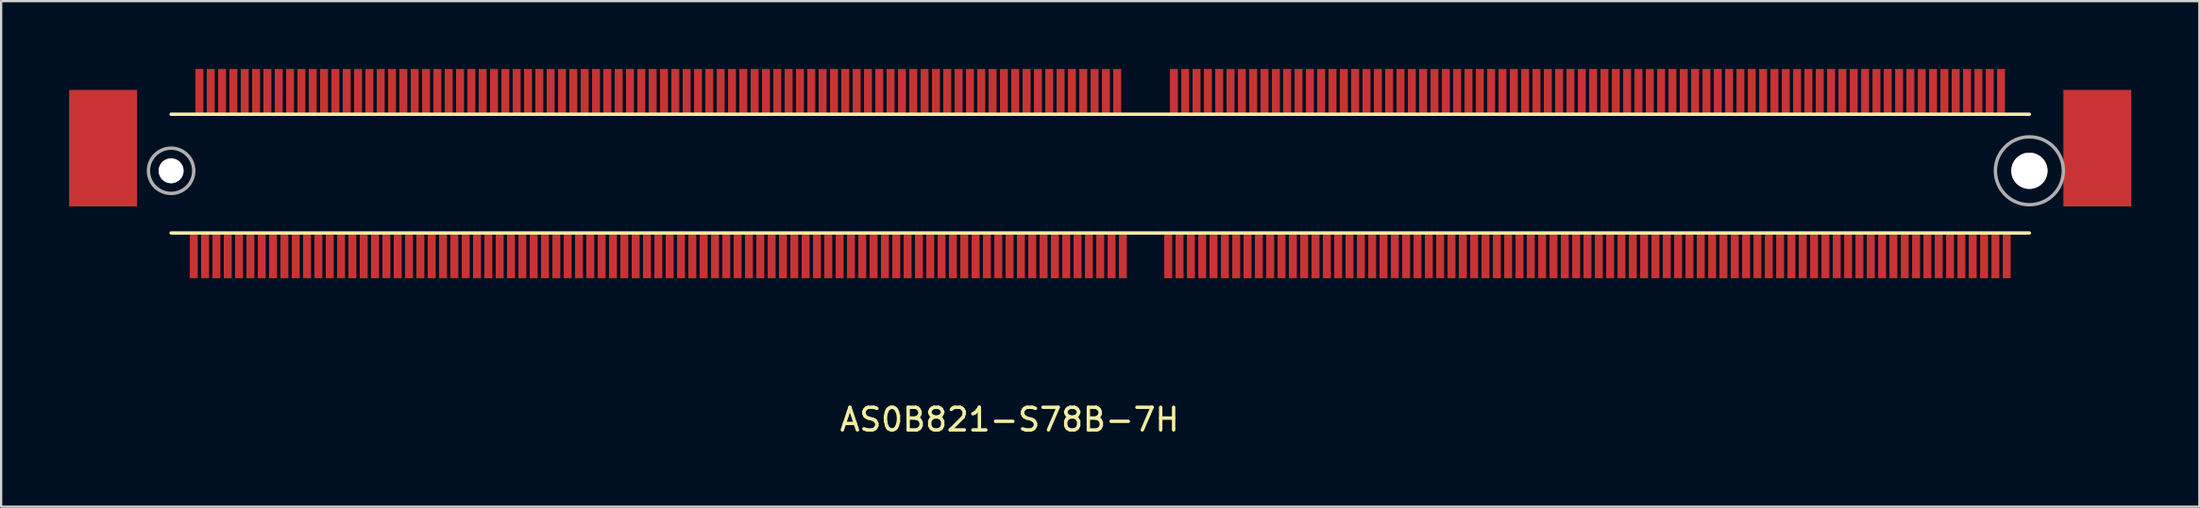
<source format=kicad_pcb>
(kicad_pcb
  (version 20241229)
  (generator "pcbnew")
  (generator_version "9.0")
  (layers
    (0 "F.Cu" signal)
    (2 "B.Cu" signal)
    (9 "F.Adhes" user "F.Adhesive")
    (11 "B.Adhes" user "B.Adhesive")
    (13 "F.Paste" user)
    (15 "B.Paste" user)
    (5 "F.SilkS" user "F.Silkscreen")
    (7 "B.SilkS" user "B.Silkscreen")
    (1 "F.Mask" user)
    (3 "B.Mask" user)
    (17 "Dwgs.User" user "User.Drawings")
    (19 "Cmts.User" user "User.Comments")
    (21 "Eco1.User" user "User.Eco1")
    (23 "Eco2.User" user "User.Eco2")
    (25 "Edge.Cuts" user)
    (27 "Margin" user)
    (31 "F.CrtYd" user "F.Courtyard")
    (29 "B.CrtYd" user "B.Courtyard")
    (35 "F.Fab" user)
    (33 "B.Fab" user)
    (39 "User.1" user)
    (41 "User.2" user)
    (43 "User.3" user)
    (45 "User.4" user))
  (footprint "AS0B821-S78B-7H"
    (layer "F.Cu")
    (at 86.5 4.5)
    (property "Reference" "AS0B821-S78B-7H" (at -45 11 0) (layer "F.SilkS") (effects (font (size 1 1) (thickness 0.15))))
    (attr through_hole)
    (fp_line (start -82 -2.5) (end 0 -2.5) (stroke (width 0.15) (type solid)) (layer "F.SilkS"))
    (fp_line (start 0 2.75) (end -82 2.75) (stroke (width 0.15) (type solid)) (layer "F.SilkS"))
    (fp_circle (center -82 0) (end -82 -1) (stroke (width 0.15) (type solid)) (fill no) (layer "F.Fab"))
    (fp_circle (center 0 0) (end 0 -1.5) (stroke (width 0.15) (type solid)) (fill no) (layer "F.Fab"))
    (pad "1" smd rect (at -71 3.75) (size 0.35 2) (layers "F.Cu" "F.Mask" "F.Paste"))
    (pad "1E1" smd rect (at -81 3.75) (size 0.35 2) (layers "F.Cu" "F.Mask" "F.Paste"))
    (pad "1E2" smd rect (at -80.5 3.75) (size 0.35 2) (layers "F.Cu" "F.Mask" "F.Paste"))
    (pad "1E3" smd rect (at -80 3.75) (size 0.35 2) (layers "F.Cu" "F.Mask" "F.Paste"))
    (pad "1E4" smd rect (at -79.5 3.75) (size 0.35 2) (layers "F.Cu" "F.Mask" "F.Paste"))
    (pad "1E5" smd rect (at -79 3.75) (size 0.35 2) (layers "F.Cu" "F.Mask" "F.Paste"))
    (pad "1E6" smd rect (at -78.5 3.75) (size 0.35 2) (layers "F.Cu" "F.Mask" "F.Paste"))
    (pad "1E7" smd rect (at -78 3.75) (size 0.35 2) (layers "F.Cu" "F.Mask" "F.Paste"))
    (pad "1E8" smd rect (at -77.5 3.75) (size 0.35 2) (layers "F.Cu" "F.Mask" "F.Paste"))
    (pad "1E9" smd rect (at -77 3.75) (size 0.35 2) (layers "F.Cu" "F.Mask" "F.Paste"))
    (pad "1E10" smd rect (at -76.5 3.75) (size 0.35 2) (layers "F.Cu" "F.Mask" "F.Paste"))
    (pad "2" smd rect (at -70.75 -3.5) (size 0.35 2) (layers "F.Cu" "F.Mask" "F.Paste"))
    (pad "2E1" smd rect (at -80.75 -3.5) (size 0.35 2) (layers "F.Cu" "F.Mask" "F.Paste"))
    (pad "2E2" smd rect (at -80.25 -3.5) (size 0.35 2) (layers "F.Cu" "F.Mask" "F.Paste"))
    (pad "2E3" smd rect (at -79.75 -3.5) (size 0.35 2) (layers "F.Cu" "F.Mask" "F.Paste"))
    (pad "2E4" smd rect (at -79.25 -3.5) (size 0.35 2) (layers "F.Cu" "F.Mask" "F.Paste"))
    (pad "2E5" smd rect (at -78.75 -3.5) (size 0.35 2) (layers "F.Cu" "F.Mask" "F.Paste"))
    (pad "2E6" smd rect (at -78.25 -3.5) (size 0.35 2) (layers "F.Cu" "F.Mask" "F.Paste"))
    (pad "2E7" smd rect (at -77.75 -3.5) (size 0.35 2) (layers "F.Cu" "F.Mask" "F.Paste"))
    (pad "2E8" smd rect (at -77.25 -3.5) (size 0.35 2) (layers "F.Cu" "F.Mask" "F.Paste"))
    (pad "2E9" smd rect (at -76.75 -3.5) (size 0.35 2) (layers "F.Cu" "F.Mask" "F.Paste"))
    (pad "2E10" smd rect (at -76.25 -3.5) (size 0.35 2) (layers "F.Cu" "F.Mask" "F.Paste"))
    (pad "3" smd rect (at -70.5 3.75) (size 0.35 2) (layers "F.Cu" "F.Mask" "F.Paste"))
    (pad "4" smd rect (at -70.25 -3.5) (size 0.35 2) (layers "F.Cu" "F.Mask" "F.Paste"))
    (pad "4E1" smd rect (at -75.75 -3.5) (size 0.35 2) (layers "F.Cu" "F.Mask" "F.Paste"))
    (pad "4E2" smd rect (at -75.25 -3.5) (size 0.35 2) (layers "F.Cu" "F.Mask" "F.Paste"))
    (pad "4E3" smd rect (at -74.75 -3.5) (size 0.35 2) (layers "F.Cu" "F.Mask" "F.Paste"))
    (pad "4E4" smd rect (at -74.25 -3.5) (size 0.35 2) (layers "F.Cu" "F.Mask" "F.Paste"))
    (pad "4E5" smd rect (at -73.75 -3.5) (size 0.35 2) (layers "F.Cu" "F.Mask" "F.Paste"))
    (pad "4E6" smd rect (at -73.25 -3.5) (size 0.35 2) (layers "F.Cu" "F.Mask" "F.Paste"))
    (pad "4E7" smd rect (at -72.75 -3.5) (size 0.35 2) (layers "F.Cu" "F.Mask" "F.Paste"))
    (pad "4E8" smd rect (at -72.25 -3.5) (size 0.35 2) (layers "F.Cu" "F.Mask" "F.Paste"))
    (pad "4E9" smd rect (at -71.75 -3.5) (size 0.35 2) (layers "F.Cu" "F.Mask" "F.Paste"))
    (pad "4E10" smd rect (at -71.25 -3.5) (size 0.35 2) (layers "F.Cu" "F.Mask" "F.Paste"))
    (pad "5" smd rect (at -70 3.75) (size 0.35 2) (layers "F.Cu" "F.Mask" "F.Paste"))
    (pad "6" smd rect (at -69.75 -3.5) (size 0.35 2) (layers "F.Cu" "F.Mask" "F.Paste"))
    (pad "7" smd rect (at -69.5 3.75) (size 0.35 2) (layers "F.Cu" "F.Mask" "F.Paste"))
    (pad "8" smd rect (at -69.25 -3.5) (size 0.35 2) (layers "F.Cu" "F.Mask" "F.Paste"))
    (pad "9" smd rect (at -69 3.75) (size 0.35 2) (layers "F.Cu" "F.Mask" "F.Paste"))
    (pad "10" smd rect (at -68.75 -3.5) (size 0.35 2) (layers "F.Cu" "F.Mask" "F.Paste"))
    (pad "11" smd rect (at -68.5 3.75) (size 0.35 2) (layers "F.Cu" "F.Mask" "F.Paste"))
    (pad "12" smd rect (at -68.25 -3.5) (size 0.35 2) (layers "F.Cu" "F.Mask" "F.Paste"))
    (pad "13" smd rect (at -68 3.75) (size 0.35 2) (layers "F.Cu" "F.Mask" "F.Paste"))
    (pad "14" smd rect (at -67.75 -3.5) (size 0.35 2) (layers "F.Cu" "F.Mask" "F.Paste"))
    (pad "15" smd rect (at -67.5 3.75) (size 0.35 2) (layers "F.Cu" "F.Mask" "F.Paste"))
    (pad "16" smd rect (at -67.25 -3.5) (size 0.35 2) (layers "F.Cu" "F.Mask" "F.Paste"))
    (pad "17" smd rect (at -67 3.75) (size 0.35 2) (layers "F.Cu" "F.Mask" "F.Paste"))
    (pad "18" smd rect (at -66.75 -3.5) (size 0.35 2) (layers "F.Cu" "F.Mask" "F.Paste"))
    (pad "19" smd rect (at -66.5 3.75) (size 0.35 2) (layers "F.Cu" "F.Mask" "F.Paste"))
    (pad "20" smd rect (at -66.25 -3.5) (size 0.35 2) (layers "F.Cu" "F.Mask" "F.Paste"))
    (pad "21" smd rect (at -76 3.75) (size 0.35 2) (layers "F.Cu" "F.Mask" "F.Paste"))
    (pad "21" smd rect (at -66 3.75) (size 0.35 2) (layers "F.Cu" "F.Mask" "F.Paste"))
    (pad "22" smd rect (at -65.75 -3.5) (size 0.35 2) (layers "F.Cu" "F.Mask" "F.Paste"))
    (pad "23" smd rect (at -75.5 3.75) (size 0.35 2) (layers "F.Cu" "F.Mask" "F.Paste"))
    (pad "23" smd rect (at -65.5 3.75) (size 0.35 2) (layers "F.Cu" "F.Mask" "F.Paste"))
    (pad "24" smd rect (at -65.25 -3.5) (size 0.35 2) (layers "F.Cu" "F.Mask" "F.Paste"))
    (pad "25" smd rect (at -75 3.75) (size 0.35 2) (layers "F.Cu" "F.Mask" "F.Paste"))
    (pad "25" smd rect (at -65 3.75) (size 0.35 2) (layers "F.Cu" "F.Mask" "F.Paste"))
    (pad "26" smd rect (at -64.75 -3.5) (size 0.35 2) (layers "F.Cu" "F.Mask" "F.Paste"))
    (pad "27" smd rect (at -74.5 3.75) (size 0.35 2) (layers "F.Cu" "F.Mask" "F.Paste"))
    (pad "27" smd rect (at -64.5 3.75) (size 0.35 2) (layers "F.Cu" "F.Mask" "F.Paste"))
    (pad "28" smd rect (at -64.25 -3.5) (size 0.35 2) (layers "F.Cu" "F.Mask" "F.Paste"))
    (pad "29" smd rect (at -74 3.75) (size 0.35 2) (layers "F.Cu" "F.Mask" "F.Paste"))
    (pad "29" smd rect (at -64 3.75) (size 0.35 2) (layers "F.Cu" "F.Mask" "F.Paste"))
    (pad "30" smd rect (at -63.75 -3.5) (size 0.35 2) (layers "F.Cu" "F.Mask" "F.Paste"))
    (pad "31" smd rect (at -73.5 3.75) (size 0.35 2) (layers "F.Cu" "F.Mask" "F.Paste"))
    (pad "31" smd rect (at -63.5 3.75) (size 0.35 2) (layers "F.Cu" "F.Mask" "F.Paste"))
    (pad "32" smd rect (at -63.25 -3.5) (size 0.35 2) (layers "F.Cu" "F.Mask" "F.Paste"))
    (pad "33" smd rect (at -73 3.75) (size 0.35 2) (layers "F.Cu" "F.Mask" "F.Paste"))
    (pad "33" smd rect (at -63 3.75) (size 0.35 2) (layers "F.Cu" "F.Mask" "F.Paste"))
    (pad "34" smd rect (at -62.75 -3.5) (size 0.35 2) (layers "F.Cu" "F.Mask" "F.Paste"))
    (pad "35" smd rect (at -72.5 3.75) (size 0.35 2) (layers "F.Cu" "F.Mask" "F.Paste"))
    (pad "35" smd rect (at -62.5 3.75) (size 0.35 2) (layers "F.Cu" "F.Mask" "F.Paste"))
    (pad "36" smd rect (at -62.25 -3.5) (size 0.35 2) (layers "F.Cu" "F.Mask" "F.Paste"))
    (pad "37" smd rect (at -72 3.75) (size 0.35 2) (layers "F.Cu" "F.Mask" "F.Paste"))
    (pad "37" smd rect (at -62 3.75) (size 0.35 2) (layers "F.Cu" "F.Mask" "F.Paste"))
    (pad "38" smd rect (at -61.75 -3.5) (size 0.35 2) (layers "F.Cu" "F.Mask" "F.Paste"))
    (pad "39" smd rect (at -71.5 3.75) (size 0.35 2) (layers "F.Cu" "F.Mask" "F.Paste"))
    (pad "39" smd rect (at -61.5 3.75) (size 0.35 2) (layers "F.Cu" "F.Mask" "F.Paste"))
    (pad "40" smd rect (at -61.25 -3.5) (size 0.35 2) (layers "F.Cu" "F.Mask" "F.Paste"))
    (pad "41" smd rect (at -61 3.75) (size 0.35 2) (layers "F.Cu" "F.Mask" "F.Paste"))
    (pad "42" smd rect (at -60.75 -3.5) (size 0.35 2) (layers "F.Cu" "F.Mask" "F.Paste"))
    (pad "43" smd rect (at -60.5 3.75) (size 0.35 2) (layers "F.Cu" "F.Mask" "F.Paste"))
    (pad "44" smd rect (at -60.25 -3.5) (size 0.35 2) (layers "F.Cu" "F.Mask" "F.Paste"))
    (pad "45" smd rect (at -60 3.75) (size 0.35 2) (layers "F.Cu" "F.Mask" "F.Paste"))
    (pad "46" smd rect (at -59.75 -3.5) (size 0.35 2) (layers "F.Cu" "F.Mask" "F.Paste"))
    (pad "47" smd rect (at -59.5 3.75) (size 0.35 2) (layers "F.Cu" "F.Mask" "F.Paste"))
    (pad "48" smd rect (at -59.25 -3.5) (size 0.35 2) (layers "F.Cu" "F.Mask" "F.Paste"))
    (pad "49" smd rect (at -59 3.75) (size 0.35 2) (layers "F.Cu" "F.Mask" "F.Paste"))
    (pad "50" smd rect (at -58.75 -3.5) (size 0.35 2) (layers "F.Cu" "F.Mask" "F.Paste"))
    (pad "51" smd rect (at -58.5 3.75) (size 0.35 2) (layers "F.Cu" "F.Mask" "F.Paste"))
    (pad "52" smd rect (at -58.25 -3.5) (size 0.35 2) (layers "F.Cu" "F.Mask" "F.Paste"))
    (pad "53" smd rect (at -58 3.75) (size 0.35 2) (layers "F.Cu" "F.Mask" "F.Paste"))
    (pad "54" smd rect (at -57.75 -3.5) (size 0.35 2) (layers "F.Cu" "F.Mask" "F.Paste"))
    (pad "55" smd rect (at -57.5 3.75) (size 0.35 2) (layers "F.Cu" "F.Mask" "F.Paste"))
    (pad "56" smd rect (at -57.25 -3.5) (size 0.35 2) (layers "F.Cu" "F.Mask" "F.Paste"))
    (pad "57" smd rect (at -57 3.75) (size 0.35 2) (layers "F.Cu" "F.Mask" "F.Paste"))
    (pad "58" smd rect (at -56.75 -3.5) (size 0.35 2) (layers "F.Cu" "F.Mask" "F.Paste"))
    (pad "59" smd rect (at -56.5 3.75) (size 0.35 2) (layers "F.Cu" "F.Mask" "F.Paste"))
    (pad "60" smd rect (at -56.25 -3.5) (size 0.35 2) (layers "F.Cu" "F.Mask" "F.Paste"))
    (pad "61" smd rect (at -56 3.75) (size 0.35 2) (layers "F.Cu" "F.Mask" "F.Paste"))
    (pad "62" smd rect (at -55.75 -3.5) (size 0.35 2) (layers "F.Cu" "F.Mask" "F.Paste"))
    (pad "63" smd rect (at -55.5 3.75) (size 0.35 2) (layers "F.Cu" "F.Mask" "F.Paste"))
    (pad "64" smd rect (at -55.25 -3.5) (size 0.35 2) (layers "F.Cu" "F.Mask" "F.Paste"))
    (pad "65" smd rect (at -55 3.75) (size 0.35 2) (layers "F.Cu" "F.Mask" "F.Paste"))
    (pad "66" smd rect (at -54.75 -3.5) (size 0.35 2) (layers "F.Cu" "F.Mask" "F.Paste"))
    (pad "67" smd rect (at -54.5 3.75) (size 0.35 2) (layers "F.Cu" "F.Mask" "F.Paste"))
    (pad "68" smd rect (at -54.25 -3.5) (size 0.35 2) (layers "F.Cu" "F.Mask" "F.Paste"))
    (pad "69" smd rect (at -54 3.75) (size 0.35 2) (layers "F.Cu" "F.Mask" "F.Paste"))
    (pad "70" smd rect (at -53.75 -3.5) (size 0.35 2) (layers "F.Cu" "F.Mask" "F.Paste"))
    (pad "71" smd rect (at -53.5 3.75) (size 0.35 2) (layers "F.Cu" "F.Mask" "F.Paste"))
    (pad "72" smd rect (at -53.25 -3.5) (size 0.35 2) (layers "F.Cu" "F.Mask" "F.Paste"))
    (pad "73" smd rect (at -53 3.75) (size 0.35 2) (layers "F.Cu" "F.Mask" "F.Paste"))
    (pad "74" smd rect (at -52.75 -3.5) (size 0.35 2) (layers "F.Cu" "F.Mask" "F.Paste"))
    (pad "75" smd rect (at -52.5 3.75) (size 0.35 2) (layers "F.Cu" "F.Mask" "F.Paste"))
    (pad "76" smd rect (at -52.25 -3.5) (size 0.35 2) (layers "F.Cu" "F.Mask" "F.Paste"))
    (pad "77" smd rect (at -52 3.75) (size 0.35 2) (layers "F.Cu" "F.Mask" "F.Paste"))
    (pad "78" smd rect (at -51.75 -3.5) (size 0.35 2) (layers "F.Cu" "F.Mask" "F.Paste"))
    (pad "79" smd rect (at -51.5 3.75) (size 0.35 2) (layers "F.Cu" "F.Mask" "F.Paste"))
    (pad "80" smd rect (at -51.25 -3.5) (size 0.35 2) (layers "F.Cu" "F.Mask" "F.Paste"))
    (pad "81" smd rect (at -51 3.75) (size 0.35 2) (layers "F.Cu" "F.Mask" "F.Paste"))
    (pad "82" smd rect (at -50.75 -3.5) (size 0.35 2) (layers "F.Cu" "F.Mask" "F.Paste"))
    (pad "83" smd rect (at -50.5 3.75) (size 0.35 2) (layers "F.Cu" "F.Mask" "F.Paste"))
    (pad "84" smd rect (at -50.25 -3.5) (size 0.35 2) (layers "F.Cu" "F.Mask" "F.Paste"))
    (pad "85" smd rect (at -50 3.75) (size 0.35 2) (layers "F.Cu" "F.Mask" "F.Paste"))
    (pad "86" smd rect (at -49.75 -3.5) (size 0.35 2) (layers "F.Cu" "F.Mask" "F.Paste"))
    (pad "87" smd rect (at -49.5 3.75) (size 0.35 2) (layers "F.Cu" "F.Mask" "F.Paste"))
    (pad "88" smd rect (at -49.25 -3.5) (size 0.35 2) (layers "F.Cu" "F.Mask" "F.Paste"))
    (pad "89" smd rect (at -49 3.75) (size 0.35 2) (layers "F.Cu" "F.Mask" "F.Paste"))
    (pad "90" smd rect (at -48.75 -3.5) (size 0.35 2) (layers "F.Cu" "F.Mask" "F.Paste"))
    (pad "91" smd rect (at -48.5 3.75) (size 0.35 2) (layers "F.Cu" "F.Mask" "F.Paste"))
    (pad "92" smd rect (at -48.25 -3.5) (size 0.35 2) (layers "F.Cu" "F.Mask" "F.Paste"))
    (pad "93" smd rect (at -48 3.75) (size 0.35 2) (layers "F.Cu" "F.Mask" "F.Paste"))
    (pad "94" smd rect (at -47.75 -3.5) (size 0.35 2) (layers "F.Cu" "F.Mask" "F.Paste"))
    (pad "95" smd rect (at -47.5 3.75) (size 0.35 2) (layers "F.Cu" "F.Mask" "F.Paste"))
    (pad "96" smd rect (at -47.25 -3.5) (size 0.35 2) (layers "F.Cu" "F.Mask" "F.Paste"))
    (pad "97" smd rect (at -47 3.75) (size 0.35 2) (layers "F.Cu" "F.Mask" "F.Paste"))
    (pad "98" smd rect (at -46.75 -3.5) (size 0.35 2) (layers "F.Cu" "F.Mask" "F.Paste"))
    (pad "99" smd rect (at -46.5 3.75) (size 0.35 2) (layers "F.Cu" "F.Mask" "F.Paste"))
    (pad "100" smd rect (at -46.25 -3.5) (size 0.35 2) (layers "F.Cu" "F.Mask" "F.Paste"))
    (pad "101" smd rect (at -46 3.75) (size 0.35 2) (layers "F.Cu" "F.Mask" "F.Paste"))
    (pad "102" smd rect (at -45.75 -3.5) (size 0.35 2) (layers "F.Cu" "F.Mask" "F.Paste"))
    (pad "103" smd rect (at -45.5 3.75) (size 0.35 2) (layers "F.Cu" "F.Mask" "F.Paste"))
    (pad "104" smd rect (at -45.25 -3.5) (size 0.35 2) (layers "F.Cu" "F.Mask" "F.Paste"))
    (pad "105" smd rect (at -45 3.75) (size 0.35 2) (layers "F.Cu" "F.Mask" "F.Paste"))
    (pad "106" smd rect (at -44.75 -3.5) (size 0.35 2) (layers "F.Cu" "F.Mask" "F.Paste"))
    (pad "107" smd rect (at -44.5 3.75) (size 0.35 2) (layers "F.Cu" "F.Mask" "F.Paste"))
    (pad "108" smd rect (at -44.25 -3.5) (size 0.35 2) (layers "F.Cu" "F.Mask" "F.Paste"))
    (pad "109" smd rect (at -44 3.75) (size 0.35 2) (layers "F.Cu" "F.Mask" "F.Paste"))
    (pad "110" smd rect (at -43.75 -3.5) (size 0.35 2) (layers "F.Cu" "F.Mask" "F.Paste"))
    (pad "111" smd rect (at -43.5 3.75) (size 0.35 2) (layers "F.Cu" "F.Mask" "F.Paste"))
    (pad "112" smd rect (at -43.25 -3.5) (size 0.35 2) (layers "F.Cu" "F.Mask" "F.Paste"))
    (pad "113" smd rect (at -43 3.75) (size 0.35 2) (layers "F.Cu" "F.Mask" "F.Paste"))
    (pad "114" smd rect (at -42.75 -3.5) (size 0.35 2) (layers "F.Cu" "F.Mask" "F.Paste"))
    (pad "115" smd rect (at -42.5 3.75) (size 0.35 2) (layers "F.Cu" "F.Mask" "F.Paste"))
    (pad "116" smd rect (at -42.25 -3.5) (size 0.35 2) (layers "F.Cu" "F.Mask" "F.Paste"))
    (pad "117" smd rect (at -42 3.75) (size 0.35 2) (layers "F.Cu" "F.Mask" "F.Paste"))
    (pad "118" smd rect (at -41.75 -3.5) (size 0.35 2) (layers "F.Cu" "F.Mask" "F.Paste"))
    (pad "119" smd rect (at -41.5 3.75) (size 0.35 2) (layers "F.Cu" "F.Mask" "F.Paste"))
    (pad "120" smd rect (at -41.25 -3.5) (size 0.35 2) (layers "F.Cu" "F.Mask" "F.Paste"))
    (pad "121" smd rect (at -41 3.75) (size 0.35 2) (layers "F.Cu" "F.Mask" "F.Paste"))
    (pad "122" smd rect (at -40.75 -3.5) (size 0.35 2) (layers "F.Cu" "F.Mask" "F.Paste"))
    (pad "123" smd rect (at -40.5 3.75) (size 0.35 2) (layers "F.Cu" "F.Mask" "F.Paste"))
    (pad "124" smd rect (at -40.25 -3.5) (size 0.35 2) (layers "F.Cu" "F.Mask" "F.Paste"))
    (pad "125" smd rect (at -40 3.75) (size 0.35 2) (layers "F.Cu" "F.Mask" "F.Paste"))
    (pad "133" smd rect (at -38 3.75) (size 0.35 2) (layers "F.Cu" "F.Mask" "F.Paste"))
    (pad "134" smd rect (at -37.75 -3.5) (size 0.35 2) (layers "F.Cu" "F.Mask" "F.Paste"))
    (pad "135" smd rect (at -37.5 3.75) (size 0.35 2) (layers "F.Cu" "F.Mask" "F.Paste"))
    (pad "136" smd rect (at -37.25 -3.5) (size 0.35 2) (layers "F.Cu" "F.Mask" "F.Paste"))
    (pad "137" smd rect (at -37 3.75) (size 0.35 2) (layers "F.Cu" "F.Mask" "F.Paste"))
    (pad "138" smd rect (at -36.75 -3.5) (size 0.35 2) (layers "F.Cu" "F.Mask" "F.Paste"))
    (pad "139" smd rect (at -36.5 3.75) (size 0.35 2) (layers "F.Cu" "F.Mask" "F.Paste"))
    (pad "140" smd rect (at -36.25 -3.5) (size 0.35 2) (layers "F.Cu" "F.Mask" "F.Paste"))
    (pad "141" smd rect (at -36 3.75) (size 0.35 2) (layers "F.Cu" "F.Mask" "F.Paste"))
    (pad "142" smd rect (at -35.75 -3.5) (size 0.35 2) (layers "F.Cu" "F.Mask" "F.Paste"))
    (pad "143" smd rect (at -35.5 3.75) (size 0.35 2) (layers "F.Cu" "F.Mask" "F.Paste"))
    (pad "144" smd rect (at -35.25 -3.5) (size 0.35 2) (layers "F.Cu" "F.Mask" "F.Paste"))
    (pad "145" smd rect (at -35 3.75) (size 0.35 2) (layers "F.Cu" "F.Mask" "F.Paste"))
    (pad "146" smd rect (at -34.75 -3.5) (size 0.35 2) (layers "F.Cu" "F.Mask" "F.Paste"))
    (pad "147" smd rect (at -34.5 3.75) (size 0.35 2) (layers "F.Cu" "F.Mask" "F.Paste"))
    (pad "148" smd rect (at -34.25 -3.5) (size 0.35 2) (layers "F.Cu" "F.Mask" "F.Paste"))
    (pad "149" smd rect (at -34 3.75) (size 0.35 2) (layers "F.Cu" "F.Mask" "F.Paste"))
    (pad "150" smd rect (at -33.75 -3.5) (size 0.35 2) (layers "F.Cu" "F.Mask" "F.Paste"))
    (pad "151" smd rect (at -33.5 3.75) (size 0.35 2) (layers "F.Cu" "F.Mask" "F.Paste"))
    (pad "152" smd rect (at -33.25 -3.5) (size 0.35 2) (layers "F.Cu" "F.Mask" "F.Paste"))
    (pad "153" smd rect (at -33 3.75) (size 0.35 2) (layers "F.Cu" "F.Mask" "F.Paste"))
    (pad "154" smd rect (at -32.75 -3.5) (size 0.35 2) (layers "F.Cu" "F.Mask" "F.Paste"))
    (pad "155" smd rect (at -32.5 3.75) (size 0.35 2) (layers "F.Cu" "F.Mask" "F.Paste"))
    (pad "156" smd rect (at -32.25 -3.5) (size 0.35 2) (layers "F.Cu" "F.Mask" "F.Paste"))
    (pad "157" smd rect (at -32 3.75) (size 0.35 2) (layers "F.Cu" "F.Mask" "F.Paste"))
    (pad "158" smd rect (at -31.75 -3.5) (size 0.35 2) (layers "F.Cu" "F.Mask" "F.Paste"))
    (pad "159" smd rect (at -31.5 3.75) (size 0.35 2) (layers "F.Cu" "F.Mask" "F.Paste"))
    (pad "160" smd rect (at -31.25 -3.5) (size 0.35 2) (layers "F.Cu" "F.Mask" "F.Paste"))
    (pad "161" smd rect (at -31 3.75) (size 0.35 2) (layers "F.Cu" "F.Mask" "F.Paste"))
    (pad "162" smd rect (at -30.75 -3.5) (size 0.35 2) (layers "F.Cu" "F.Mask" "F.Paste"))
    (pad "163" smd rect (at -30.5 3.75) (size 0.35 2) (layers "F.Cu" "F.Mask" "F.Paste"))
    (pad "164" smd rect (at -30.25 -3.5) (size 0.35 2) (layers "F.Cu" "F.Mask" "F.Paste"))
    (pad "165" smd rect (at -30 3.75) (size 0.35 2) (layers "F.Cu" "F.Mask" "F.Paste"))
    (pad "166" smd rect (at -29.75 -3.5) (size 0.35 2) (layers "F.Cu" "F.Mask" "F.Paste"))
    (pad "167" smd rect (at -29.5 3.75) (size 0.35 2) (layers "F.Cu" "F.Mask" "F.Paste"))
    (pad "168" smd rect (at -29.25 -3.5) (size 0.35 2) (layers "F.Cu" "F.Mask" "F.Paste"))
    (pad "169" smd rect (at -29 3.75) (size 0.35 2) (layers "F.Cu" "F.Mask" "F.Paste"))
    (pad "170" smd rect (at -28.75 -3.5) (size 0.35 2) (layers "F.Cu" "F.Mask" "F.Paste"))
    (pad "171" smd rect (at -28.5 3.75) (size 0.35 2) (layers "F.Cu" "F.Mask" "F.Paste"))
    (pad "172" smd rect (at -28.25 -3.5) (size 0.35 2) (layers "F.Cu" "F.Mask" "F.Paste"))
    (pad "173" smd rect (at -28 3.75) (size 0.35 2) (layers "F.Cu" "F.Mask" "F.Paste"))
    (pad "174" smd rect (at -27.75 -3.5) (size 0.35 2) (layers "F.Cu" "F.Mask" "F.Paste"))
    (pad "175" smd rect (at -27.5 3.75) (size 0.35 2) (layers "F.Cu" "F.Mask" "F.Paste"))
    (pad "176" smd rect (at -27.25 -3.5) (size 0.35 2) (layers "F.Cu" "F.Mask" "F.Paste"))
    (pad "177" smd rect (at -27 3.75) (size 0.35 2) (layers "F.Cu" "F.Mask" "F.Paste"))
    (pad "178" smd rect (at -26.75 -3.5) (size 0.35 2) (layers "F.Cu" "F.Mask" "F.Paste"))
    (pad "179" smd rect (at -26.5 3.75) (size 0.35 2) (layers "F.Cu" "F.Mask" "F.Paste"))
    (pad "180" smd rect (at -26.25 -3.5) (size 0.35 2) (layers "F.Cu" "F.Mask" "F.Paste"))
    (pad "181" smd rect (at -26 3.75) (size 0.35 2) (layers "F.Cu" "F.Mask" "F.Paste"))
    (pad "182" smd rect (at -25.75 -3.5) (size 0.35 2) (layers "F.Cu" "F.Mask" "F.Paste"))
    (pad "183" smd rect (at -25.5 3.75) (size 0.35 2) (layers "F.Cu" "F.Mask" "F.Paste"))
    (pad "184" smd rect (at -25.25 -3.5) (size 0.35 2) (layers "F.Cu" "F.Mask" "F.Paste"))
    (pad "185" smd rect (at -25 3.75) (size 0.35 2) (layers "F.Cu" "F.Mask" "F.Paste"))
    (pad "186" smd rect (at -24.75 -3.5) (size 0.35 2) (layers "F.Cu" "F.Mask" "F.Paste"))
    (pad "187" smd rect (at -24.5 3.75) (size 0.35 2) (layers "F.Cu" "F.Mask" "F.Paste"))
    (pad "188" smd rect (at -24.25 -3.5) (size 0.35 2) (layers "F.Cu" "F.Mask" "F.Paste"))
    (pad "189" smd rect (at -24 3.75) (size 0.35 2) (layers "F.Cu" "F.Mask" "F.Paste"))
    (pad "190" smd rect (at -23.75 -3.5) (size 0.35 2) (layers "F.Cu" "F.Mask" "F.Paste"))
    (pad "191" smd rect (at -23.5 3.75) (size 0.35 2) (layers "F.Cu" "F.Mask" "F.Paste"))
    (pad "192" smd rect (at -23.25 -3.5) (size 0.35 2) (layers "F.Cu" "F.Mask" "F.Paste"))
    (pad "193" smd rect (at -23 3.75) (size 0.35 2) (layers "F.Cu" "F.Mask" "F.Paste"))
    (pad "194" smd rect (at -22.75 -3.5) (size 0.35 2) (layers "F.Cu" "F.Mask" "F.Paste"))
    (pad "195" smd rect (at -22.5 3.75) (size 0.35 2) (layers "F.Cu" "F.Mask" "F.Paste"))
    (pad "196" smd rect (at -22.25 -3.5) (size 0.35 2) (layers "F.Cu" "F.Mask" "F.Paste"))
    (pad "197" smd rect (at -22 3.75) (size 0.35 2) (layers "F.Cu" "F.Mask" "F.Paste"))
    (pad "198" smd rect (at -21.75 -3.5) (size 0.35 2) (layers "F.Cu" "F.Mask" "F.Paste"))
    (pad "199" smd rect (at -21.5 3.75) (size 0.35 2) (layers "F.Cu" "F.Mask" "F.Paste"))
    (pad "200" smd rect (at -21.25 -3.5) (size 0.35 2) (layers "F.Cu" "F.Mask" "F.Paste"))
    (pad "201" smd rect (at -21 3.75) (size 0.35 2) (layers "F.Cu" "F.Mask" "F.Paste"))
    (pad "202" smd rect (at -20.75 -3.5) (size 0.35 2) (layers "F.Cu" "F.Mask" "F.Paste"))
    (pad "203" smd rect (at -20.5 3.75) (size 0.35 2) (layers "F.Cu" "F.Mask" "F.Paste"))
    (pad "204" smd rect (at -20.25 -3.5) (size 0.35 2) (layers "F.Cu" "F.Mask" "F.Paste"))
    (pad "205" smd rect (at -20 3.75) (size 0.35 2) (layers "F.Cu" "F.Mask" "F.Paste"))
    (pad "206" smd rect (at -19.75 -3.5) (size 0.35 2) (layers "F.Cu" "F.Mask" "F.Paste"))
    (pad "207" smd rect (at -19.5 3.75) (size 0.35 2) (layers "F.Cu" "F.Mask" "F.Paste"))
    (pad "208" smd rect (at -19.25 -3.5) (size 0.35 2) (layers "F.Cu" "F.Mask" "F.Paste"))
    (pad "209" smd rect (at -19 3.75) (size 0.35 2) (layers "F.Cu" "F.Mask" "F.Paste"))
    (pad "210" smd rect (at -18.75 -3.5) (size 0.35 2) (layers "F.Cu" "F.Mask" "F.Paste"))
    (pad "211" smd rect (at -18.5 3.75) (size 0.35 2) (layers "F.Cu" "F.Mask" "F.Paste"))
    (pad "212" smd rect (at -18.25 -3.5) (size 0.35 2) (layers "F.Cu" "F.Mask" "F.Paste"))
    (pad "213" smd rect (at -18 3.75) (size 0.35 2) (layers "F.Cu" "F.Mask" "F.Paste"))
    (pad "214" smd rect (at -17.75 -3.5) (size 0.35 2) (layers "F.Cu" "F.Mask" "F.Paste"))
    (pad "215" smd rect (at -17.5 3.75) (size 0.35 2) (layers "F.Cu" "F.Mask" "F.Paste"))
    (pad "216" smd rect (at -17.25 -3.5) (size 0.35 2) (layers "F.Cu" "F.Mask" "F.Paste"))
    (pad "217" smd rect (at -17 3.75) (size 0.35 2) (layers "F.Cu" "F.Mask" "F.Paste"))
    (pad "218" smd rect (at -16.75 -3.5) (size 0.35 2) (layers "F.Cu" "F.Mask" "F.Paste"))
    (pad "219" smd rect (at -16.5 3.75) (size 0.35 2) (layers "F.Cu" "F.Mask" "F.Paste"))
    (pad "220" smd rect (at -16.25 -3.5) (size 0.35 2) (layers "F.Cu" "F.Mask" "F.Paste"))
    (pad "221" smd rect (at -16 3.75) (size 0.35 2) (layers "F.Cu" "F.Mask" "F.Paste"))
    (pad "222" smd rect (at -15.75 -3.5) (size 0.35 2) (layers "F.Cu" "F.Mask" "F.Paste"))
    (pad "223" smd rect (at -15.5 3.75) (size 0.35 2) (layers "F.Cu" "F.Mask" "F.Paste"))
    (pad "224" smd rect (at -15.25 -3.5) (size 0.35 2) (layers "F.Cu" "F.Mask" "F.Paste"))
    (pad "225" smd rect (at -15 3.75) (size 0.35 2) (layers "F.Cu" "F.Mask" "F.Paste"))
    (pad "226" smd rect (at -14.75 -3.5) (size 0.35 2) (layers "F.Cu" "F.Mask" "F.Paste"))
    (pad "227" smd rect (at -14.5 3.75) (size 0.35 2) (layers "F.Cu" "F.Mask" "F.Paste"))
    (pad "228" smd rect (at -14.25 -3.5) (size 0.35 2) (layers "F.Cu" "F.Mask" "F.Paste"))
    (pad "229" smd rect (at -14 3.75) (size 0.35 2) (layers "F.Cu" "F.Mask" "F.Paste"))
    (pad "230" smd rect (at -13.75 -3.5) (size 0.35 2) (layers "F.Cu" "F.Mask" "F.Paste"))
    (pad "231" smd rect (at -13.5 3.75) (size 0.35 2) (layers "F.Cu" "F.Mask" "F.Paste"))
    (pad "232" smd rect (at -13.25 -3.5) (size 0.35 2) (layers "F.Cu" "F.Mask" "F.Paste"))
    (pad "233" smd rect (at -13 3.75) (size 0.35 2) (layers "F.Cu" "F.Mask" "F.Paste"))
    (pad "234" smd rect (at -12.75 -3.5) (size 0.35 2) (layers "F.Cu" "F.Mask" "F.Paste"))
    (pad "235" smd rect (at -12.5 3.75) (size 0.35 2) (layers "F.Cu" "F.Mask" "F.Paste"))
    (pad "236" smd rect (at -12.25 -3.5) (size 0.35 2) (layers "F.Cu" "F.Mask" "F.Paste"))
    (pad "237" smd rect (at -12 3.75) (size 0.35 2) (layers "F.Cu" "F.Mask" "F.Paste"))
    (pad "238" smd rect (at -11.75 -3.5) (size 0.35 2) (layers "F.Cu" "F.Mask" "F.Paste"))
    (pad "239" smd rect (at -11.5 3.75) (size 0.35 2) (layers "F.Cu" "F.Mask" "F.Paste"))
    (pad "240" smd rect (at -11.25 -3.5) (size 0.35 2) (layers "F.Cu" "F.Mask" "F.Paste"))
    (pad "241" smd rect (at -11 3.75) (size 0.35 2) (layers "F.Cu" "F.Mask" "F.Paste"))
    (pad "242" smd rect (at -10.75 -3.5) (size 0.35 2) (layers "F.Cu" "F.Mask" "F.Paste"))
    (pad "243" smd rect (at -10.5 3.75) (size 0.35 2) (layers "F.Cu" "F.Mask" "F.Paste"))
    (pad "244" smd rect (at -10.25 -3.5) (size 0.35 2) (layers "F.Cu" "F.Mask" "F.Paste"))
    (pad "245" smd rect (at -10 3.75) (size 0.35 2) (layers "F.Cu" "F.Mask" "F.Paste"))
    (pad "246" smd rect (at -9.75 -3.5) (size 0.35 2) (layers "F.Cu" "F.Mask" "F.Paste"))
    (pad "247" smd rect (at -9.5 3.75) (size 0.35 2) (layers "F.Cu" "F.Mask" "F.Paste"))
    (pad "248" smd rect (at -9.25 -3.5) (size 0.35 2) (layers "F.Cu" "F.Mask" "F.Paste"))
    (pad "249" smd rect (at -9 3.75) (size 0.35 2) (layers "F.Cu" "F.Mask" "F.Paste"))
    (pad "250" smd rect (at -8.75 -3.5) (size 0.35 2) (layers "F.Cu" "F.Mask" "F.Paste"))
    (pad "251" smd rect (at -8.5 3.75) (size 0.35 2) (layers "F.Cu" "F.Mask" "F.Paste"))
    (pad "252" smd rect (at -8.25 -3.5) (size 0.35 2) (layers "F.Cu" "F.Mask" "F.Paste"))
    (pad "253" smd rect (at -8 3.75) (size 0.35 2) (layers "F.Cu" "F.Mask" "F.Paste"))
    (pad "254" smd rect (at -7.75 -3.5) (size 0.35 2) (layers "F.Cu" "F.Mask" "F.Paste"))
    (pad "255" smd rect (at -7.5 3.75) (size 0.35 2) (layers "F.Cu" "F.Mask" "F.Paste"))
    (pad "256" smd rect (at -7.25 -3.5) (size 0.35 2) (layers "F.Cu" "F.Mask" "F.Paste"))
    (pad "257" smd rect (at -7 3.75) (size 0.35 2) (layers "F.Cu" "F.Mask" "F.Paste"))
    (pad "258" smd rect (at -6.75 -3.5) (size 0.35 2) (layers "F.Cu" "F.Mask" "F.Paste"))
    (pad "259" smd rect (at -6.5 3.75) (size 0.35 2) (layers "F.Cu" "F.Mask" "F.Paste"))
    (pad "260" smd rect (at -6.25 -3.5) (size 0.35 2) (layers "F.Cu" "F.Mask" "F.Paste"))
    (pad "261" smd rect (at -6 3.75) (size 0.35 2) (layers "F.Cu" "F.Mask" "F.Paste"))
    (pad "262" smd rect (at -5.75 -3.5) (size 0.35 2) (layers "F.Cu" "F.Mask" "F.Paste"))
    (pad "263" smd rect (at -5.5 3.75) (size 0.35 2) (layers "F.Cu" "F.Mask" "F.Paste"))
    (pad "264" smd rect (at -5.25 -3.5) (size 0.35 2) (layers "F.Cu" "F.Mask" "F.Paste"))
    (pad "265" smd rect (at -5 3.75) (size 0.35 2) (layers "F.Cu" "F.Mask" "F.Paste"))
    (pad "266" smd rect (at -4.75 -3.5) (size 0.35 2) (layers "F.Cu" "F.Mask" "F.Paste"))
    (pad "267" smd rect (at -4.5 3.75) (size 0.35 2) (layers "F.Cu" "F.Mask" "F.Paste"))
    (pad "268" smd rect (at -4.25 -3.5) (size 0.35 2) (layers "F.Cu" "F.Mask" "F.Paste"))
    (pad "269" smd rect (at -4 3.75) (size 0.35 2) (layers "F.Cu" "F.Mask" "F.Paste"))
    (pad "270" smd rect (at -3.75 -3.5) (size 0.35 2) (layers "F.Cu" "F.Mask" "F.Paste"))
    (pad "271" smd rect (at -3.5 3.75) (size 0.35 2) (layers "F.Cu" "F.Mask" "F.Paste"))
    (pad "272" smd rect (at -3.25 -3.5) (size 0.35 2) (layers "F.Cu" "F.Mask" "F.Paste"))
    (pad "273" smd rect (at -3 3.75) (size 0.35 2) (layers "F.Cu" "F.Mask" "F.Paste"))
    (pad "274" smd rect (at -2.75 -3.5) (size 0.35 2) (layers "F.Cu" "F.Mask" "F.Paste"))
    (pad "275" smd rect (at -2.5 3.75) (size 0.35 2) (layers "F.Cu" "F.Mask" "F.Paste"))
    (pad "276" smd rect (at -2.25 -3.5) (size 0.35 2) (layers "F.Cu" "F.Mask" "F.Paste"))
    (pad "277" smd rect (at -2 3.75) (size 0.35 2) (layers "F.Cu" "F.Mask" "F.Paste"))
    (pad "278" smd rect (at -1.75 -3.5) (size 0.35 2) (layers "F.Cu" "F.Mask" "F.Paste"))
    (pad "279" smd rect (at -1.5 3.75) (size 0.35 2) (layers "F.Cu" "F.Mask" "F.Paste"))
    (pad "280" smd rect (at -1.25 -3.5) (size 0.35 2) (layers "F.Cu" "F.Mask" "F.Paste"))
    (pad "281" smd rect (at -1 3.75) (size 0.35 2) (layers "F.Cu" "F.Mask" "F.Paste"))
    (pad "H1" thru_hole circle (at -82 0) (size 1.1 1.1) (drill 1.1) (layers "*.Cu"))
    (pad "H2" thru_hole circle (at 0 0) (size 1.6 1.6) (drill 1.6) (layers "*.Cu"))
    (pad "P1" smd rect (at 3 -1) (size 3 5.15) (layers "F.Cu" "F.Mask" "F.Paste"))
    (pad "P2" smd rect (at -85 -1) (size 3 5.15) (layers "F.Cu" "F.Mask" "F.Paste")))
  (gr_rect
    (start -3 -3)
    (end 94 19.348)
    (stroke (width 0.1) (type default))
    (fill no)
    (layer "Edge.Cuts")))
</source>
